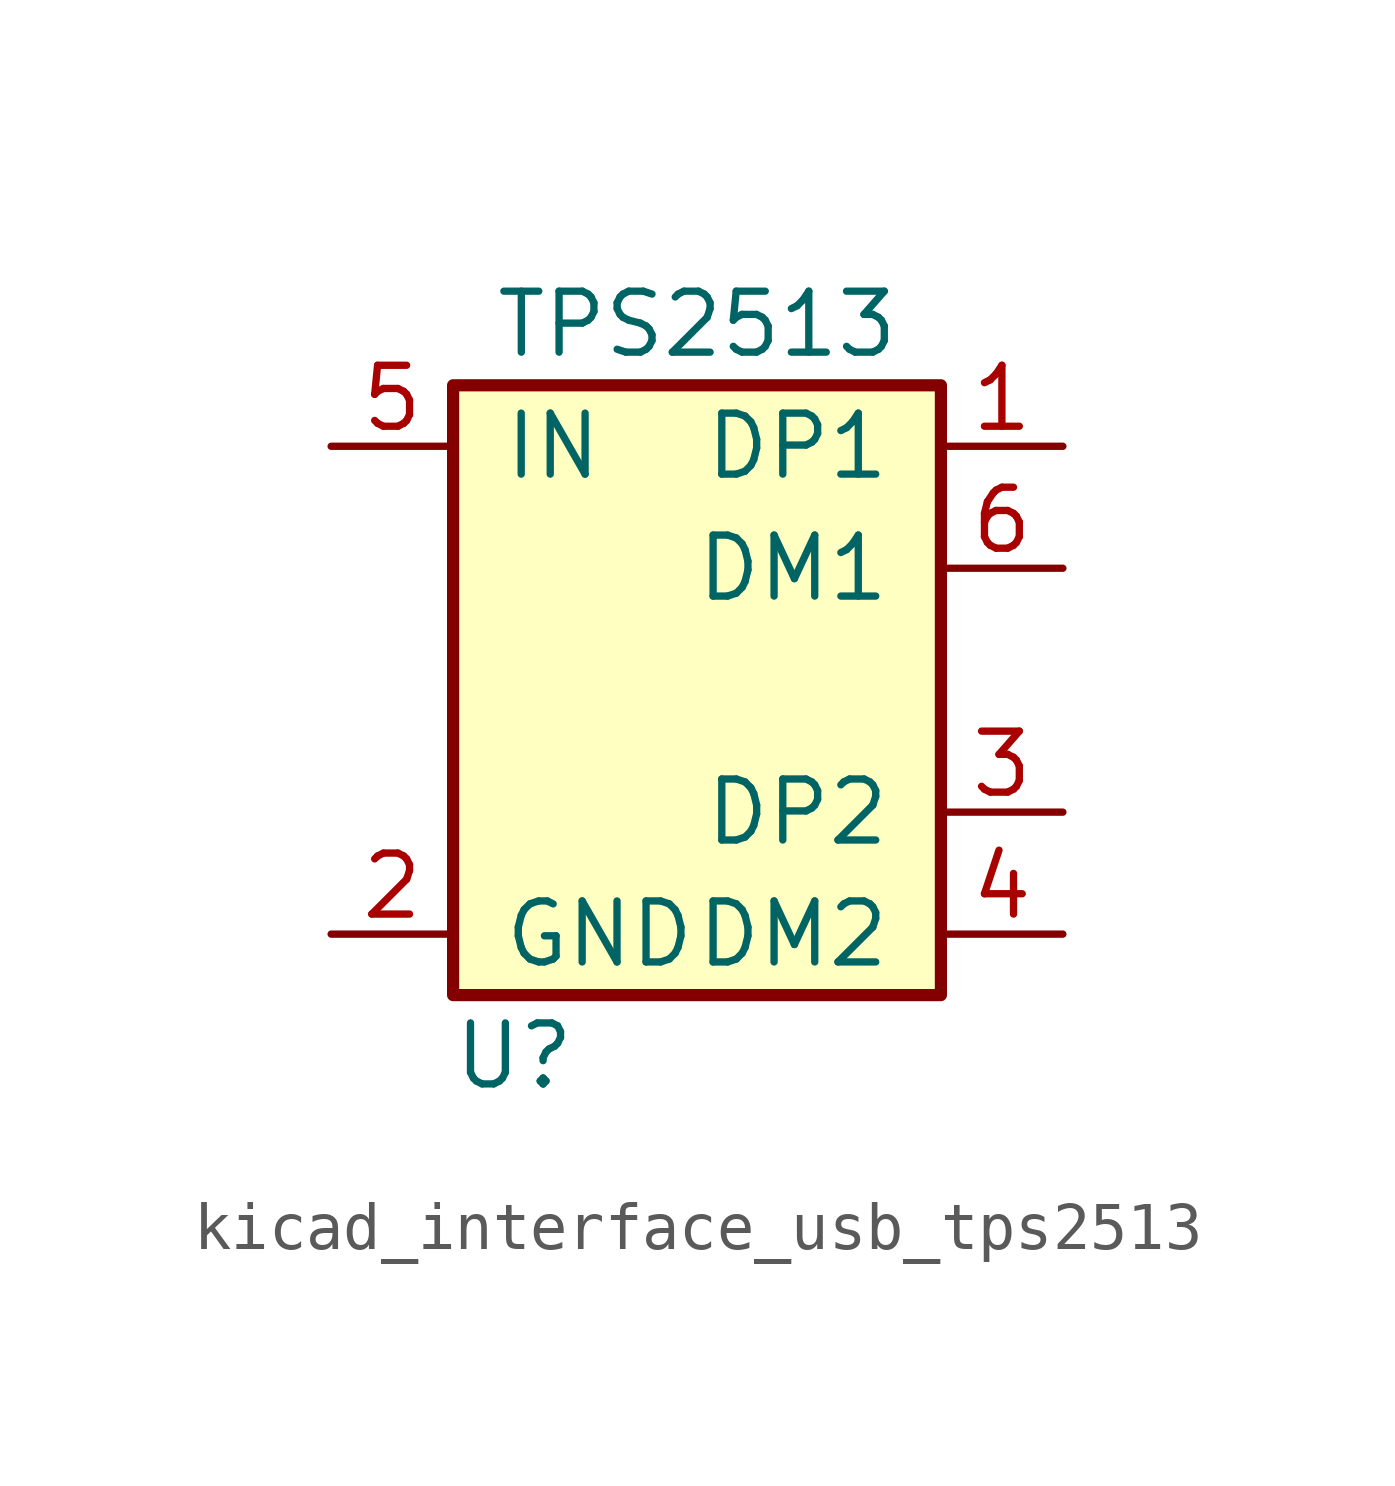
<source format=kicad_sym>
(kicad_symbol_lib
  (version 20220914)
  (generator kicad_symbol_editor)
  (symbol "kicad_interface_usb_tps2513"
    (pin_names
      (offset 1.016))
    (property "Reference" "U"
      (at -3.81 -7.62 0)
      (effects (font (size 1.27 1.27))))
    (property "Value" "TPS2513"
      (at 0 7.62 0)
      (effects (font (size 1.27 1.27))))
    (symbol "kicad_interface_usb_tps2513_0_1"
      (rectangle (start -5.08 6.35) (end 5.08 -6.35) (stroke (width 0.254) (type default)) (fill (type background))))
    (symbol "kicad_interface_usb_tps2513_1_1"
      (pin input line (at 7.62 5.08 180) (length 2.54) (name "DP1" (effects (font (size 1.27 1.27)))) (number "1" (effects (font (size 1.27 1.27)))))
      (pin power_in line (at -7.62 -5.08 0) (length 2.54) (name "GND" (effects (font (size 1.27 1.27)))) (number "2" (effects (font (size 1.27 1.27)))))
      (pin input line (at 7.62 -2.54 180) (length 2.54) (name "DP2" (effects (font (size 1.27 1.27)))) (number "3" (effects (font (size 1.27 1.27)))))
      (pin input line (at 7.62 -5.08 180) (length 2.54) (name "DM2" (effects (font (size 1.27 1.27)))) (number "4" (effects (font (size 1.27 1.27)))))
      (pin power_in line (at -7.62 5.08 0) (length 2.54) (name "IN" (effects (font (size 1.27 1.27)))) (number "5" (effects (font (size 1.27 1.27)))))
      (pin input line (at 7.62 2.54 180) (length 2.54) (name "DM1" (effects (font (size 1.27 1.27)))) (number "6" (effects (font (size 1.27 1.27))))))))
</source>
